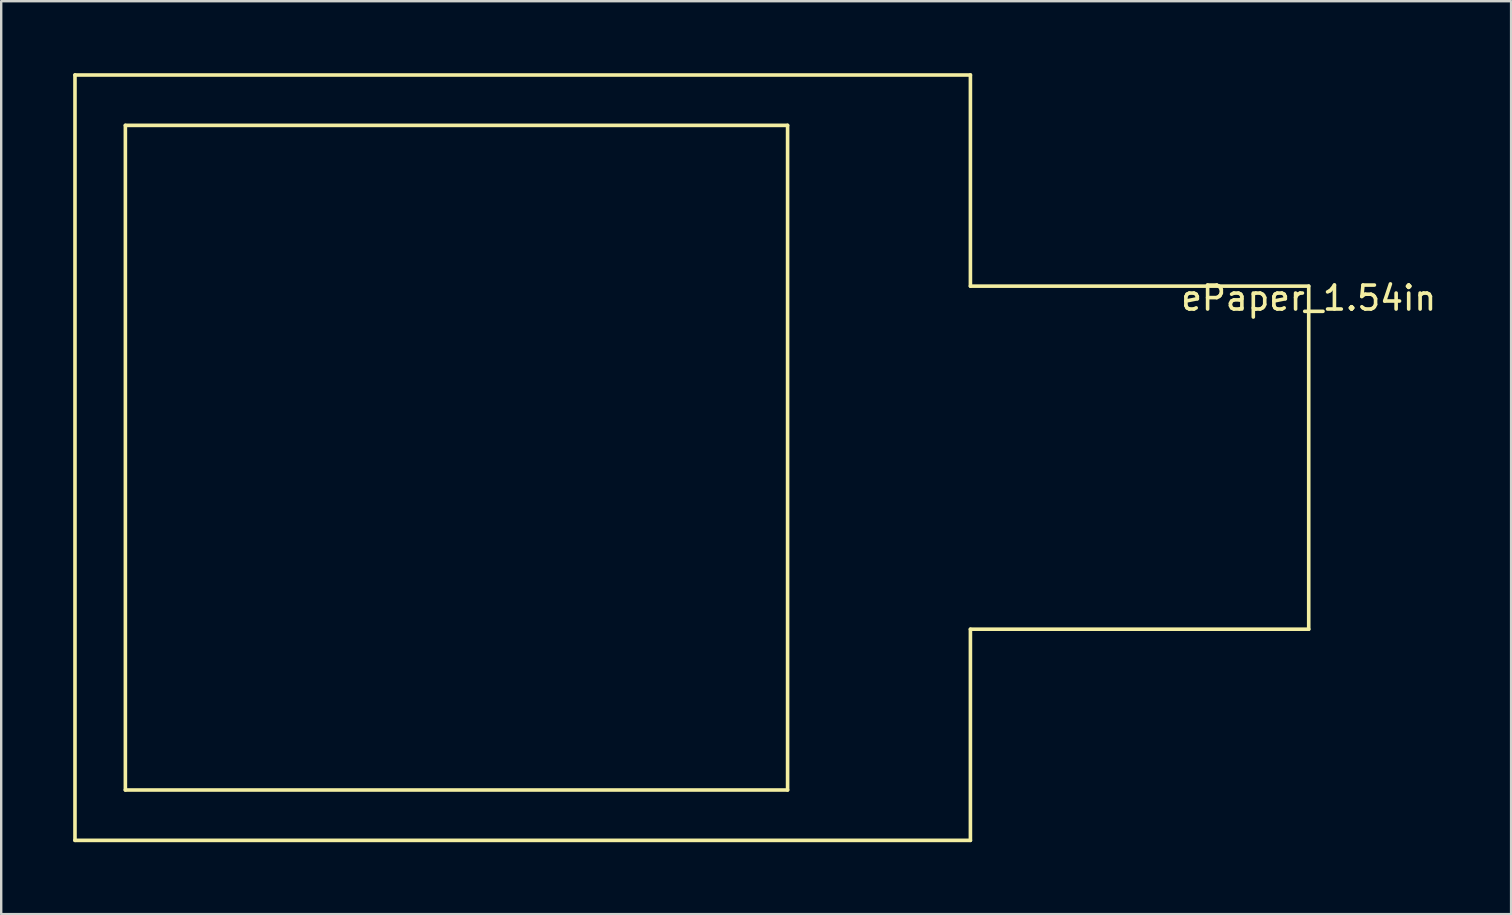
<source format=kicad_pcb>
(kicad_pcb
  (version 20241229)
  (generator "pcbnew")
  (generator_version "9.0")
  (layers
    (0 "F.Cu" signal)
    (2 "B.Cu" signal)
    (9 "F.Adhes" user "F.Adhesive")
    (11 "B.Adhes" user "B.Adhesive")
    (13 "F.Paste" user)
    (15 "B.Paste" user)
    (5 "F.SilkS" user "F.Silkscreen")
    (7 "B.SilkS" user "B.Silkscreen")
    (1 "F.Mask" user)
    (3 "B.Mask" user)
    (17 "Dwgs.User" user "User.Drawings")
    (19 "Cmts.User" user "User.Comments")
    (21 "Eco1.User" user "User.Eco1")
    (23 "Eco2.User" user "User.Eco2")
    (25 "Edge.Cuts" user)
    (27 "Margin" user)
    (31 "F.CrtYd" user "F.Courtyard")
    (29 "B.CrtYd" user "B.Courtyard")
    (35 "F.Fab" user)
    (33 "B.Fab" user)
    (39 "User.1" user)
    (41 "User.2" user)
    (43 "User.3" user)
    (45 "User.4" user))
  (footprint "ePaper_1.54in"
    (layer "F.Cu")
    (at 51.495 8.875)
    (property "Reference" "ePaper_1.54in" (at 0 0.5 0) (layer "F.SilkS") (effects (font (size 1 1) (thickness 0.15))))
    (attr through_hole)
    (fp_line (start -51.42 -8.8) (end -51.42 23.1) (stroke (width 0.15) (type solid)) (layer "F.SilkS"))
    (fp_line (start -51.42 23.1) (end -14.1 23.1) (stroke (width 0.15) (type solid)) (layer "F.SilkS"))
    (fp_line (start -49.32 -6.7) (end -49.32 21) (stroke (width 0.15) (type solid)) (layer "F.SilkS"))
    (fp_line (start -49.32 21) (end -21.72 21) (stroke (width 0.15) (type solid)) (layer "F.SilkS"))
    (fp_line (start -21.72 -6.7) (end -49.32 -6.7) (stroke (width 0.15) (type solid)) (layer "F.SilkS"))
    (fp_line (start -21.72 -6.7) (end -21.72 21) (stroke (width 0.15) (type solid)) (layer "F.SilkS"))
    (fp_line (start -14.1 -8.8) (end -51.42 -8.8) (stroke (width 0.15) (type solid)) (layer "F.SilkS"))
    (fp_line (start -14.1 0) (end -14.1 -8.8) (stroke (width 0.15) (type solid)) (layer "F.SilkS"))
    (fp_line (start -14.1 14.3) (end -14.1 23.1) (stroke (width 0.15) (type solid)) (layer "F.SilkS"))
    (fp_line (start 0 0) (end -14.1 0) (stroke (width 0.15) (type solid)) (layer "F.SilkS"))
    (fp_line (start 0 0) (end 0 14.3) (stroke (width 0.15) (type solid)) (layer "F.SilkS"))
    (fp_line (start 0 14.3) (end -14.1 14.3) (stroke (width 0.15) (type solid)) (layer "F.SilkS")))
  (gr_rect
    (start -3 -3)
    (end 59.93 35.05)
    (stroke (width 0.1) (type default))
    (fill no)
    (layer "Edge.Cuts")))
</source>
